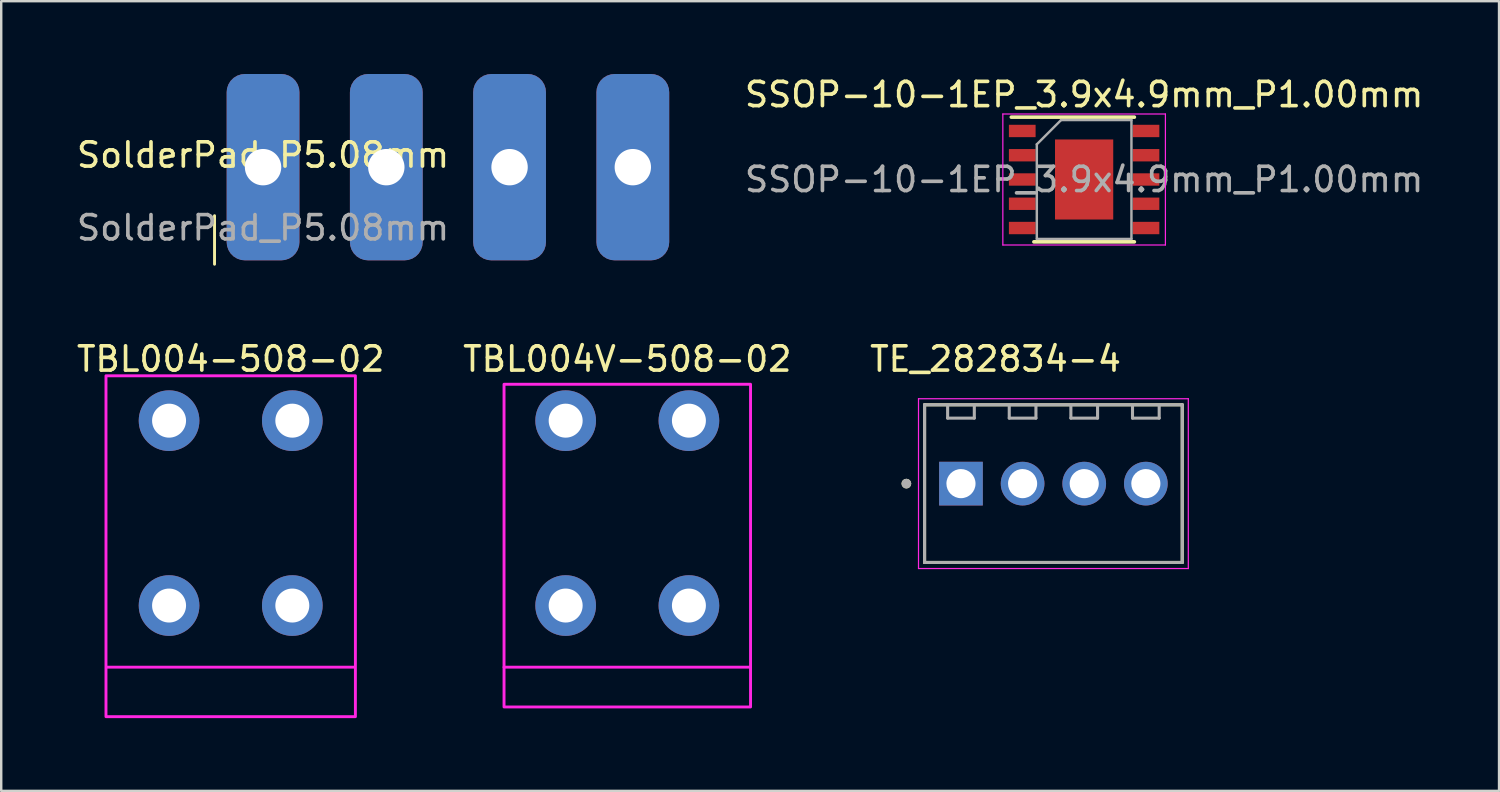
<source format=kicad_pcb>
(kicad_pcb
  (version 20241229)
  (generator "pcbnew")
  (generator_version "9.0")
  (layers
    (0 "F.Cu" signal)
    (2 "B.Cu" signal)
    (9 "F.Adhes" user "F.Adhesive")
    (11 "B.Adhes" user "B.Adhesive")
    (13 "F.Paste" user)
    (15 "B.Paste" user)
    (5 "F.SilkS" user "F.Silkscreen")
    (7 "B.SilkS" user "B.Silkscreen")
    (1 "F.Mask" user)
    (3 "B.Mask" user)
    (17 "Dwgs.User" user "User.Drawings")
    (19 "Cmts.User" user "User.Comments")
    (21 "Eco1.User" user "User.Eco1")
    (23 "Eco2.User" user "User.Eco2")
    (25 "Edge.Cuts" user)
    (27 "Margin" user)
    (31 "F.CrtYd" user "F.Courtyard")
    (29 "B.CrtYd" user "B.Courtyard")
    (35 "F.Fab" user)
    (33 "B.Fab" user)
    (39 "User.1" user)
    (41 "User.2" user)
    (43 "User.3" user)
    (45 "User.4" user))
  (footprint "SolderPad_P5.08mm"
    (layer "F.Cu")
    (at 7.792 3.84)
    (property "Reference" "SolderPad_P5.08mm" (at 0 -0.5 0) (unlocked yes) (layer "F.SilkS") (effects (font (size 1 1) (thickness 0.15))))
    (attr through_hole)
    (fp_line (start -2 2) (end -2 4) (stroke (width 0.12) (type default)) (layer "F.SilkS"))
    (fp_text user "${REFERENCE}" (at 0 2.5 0) (unlocked yes) (layer "F.Fab") (effects (font (size 1 1) (thickness 0.15))))
    (pad "1" thru_hole roundrect (at 0 0) (size 3 7.68) (drill 1.5) (layers "*.Cu" "*.Mask") (roundrect_rratio 0.25))
    (pad "2" thru_hole roundrect (at 5.08 0) (size 3 7.68) (drill 1.5) (layers "*.Cu" "*.Mask") (roundrect_rratio 0.25))
    (pad "3" thru_hole roundrect (at 10.16 0) (size 3 7.68) (drill 1.5) (layers "*.Cu" "*.Mask") (roundrect_rratio 0.25))
    (pad "4" thru_hole roundrect (at 15.24 0) (size 3 7.68) (drill 1.5) (layers "*.Cu" "*.Mask") (roundrect_rratio 0.25)))
  (footprint "TBL004-508-02"
    (layer "F.Cu")
    (at 3.918 14.288)
    (property "Reference" "TBL004-508-02" (at 2.54 -2.54 0) (unlocked yes) (layer "F.SilkS") (effects (font (size 1 1) (thickness 0.15))))
    (attr through_hole)
    (fp_line (start -2.54 10.16) (end 7.62 10.16) (stroke (width 0.12) (type solid)) (layer "F.CrtYd"))
    (fp_rect (start -2.6 -1.85) (end 7.68 12.2) (stroke (width 0.12) (type solid)) (fill no) (layer "F.CrtYd"))
    (pad "1" thru_hole circle (at 0 0) (size 2.5 2.5) (drill 1.4) (layers "*.Cu" "*.Mask"))
    (pad "1" thru_hole circle (at 0 7.62) (size 2.5 2.5) (drill 1.4) (layers "*.Cu" "*.Mask"))
    (pad "2" thru_hole circle (at 5.08 0) (size 2.5 2.5) (drill 1.4) (layers "*.Cu" "*.Mask"))
    (pad "2" thru_hole circle (at 5.08 7.62) (size 2.5 2.5) (drill 1.4) (layers "*.Cu" "*.Mask")))
  (footprint "TE_282834-4"
    (layer "F.Cu")
    (at 40.367 16.883)
    (property "Reference" "TE_282834-4" (at -2.385 -5.135 0) (layer "F.SilkS") (effects (font (size 1 1) (thickness 0.15))))
    (attr through_hole)
    (fp_line (start -5.31 -3.25) (end 5.31 -3.25) (stroke (width 0.127) (type solid)) (layer "F.SilkS"))
    (fp_line (start -5.31 3.25) (end -5.31 -3.25) (stroke (width 0.127) (type solid)) (layer "F.SilkS"))
    (fp_line (start 5.31 -3.25) (end 5.31 3.25) (stroke (width 0.127) (type solid)) (layer "F.SilkS"))
    (fp_line (start 5.31 3.25) (end -5.31 3.25) (stroke (width 0.127) (type solid)) (layer "F.SilkS"))
    (fp_circle (center -6.06 0) (end -5.96 0) (stroke (width 0.2) (type solid)) (fill no) (layer "F.SilkS"))
    (fp_line (start -5.56 -3.5) (end -5.56 3.5) (stroke (width 0.05) (type solid)) (layer "F.CrtYd"))
    (fp_line (start -5.56 3.5) (end 5.56 3.5) (stroke (width 0.05) (type solid)) (layer "F.CrtYd"))
    (fp_line (start 5.56 -3.5) (end -5.56 -3.5) (stroke (width 0.05) (type solid)) (layer "F.CrtYd"))
    (fp_line (start 5.56 3.5) (end 5.56 -3.5) (stroke (width 0.05) (type solid)) (layer "F.CrtYd"))
    (fp_line (start -5.31 -3.25) (end 5.31 -3.25) (stroke (width 0.127) (type solid)) (layer "F.Fab"))
    (fp_line (start -5.31 3.25) (end -5.31 -3.25) (stroke (width 0.127) (type solid)) (layer "F.Fab"))
    (fp_line (start -4.36 -2.7) (end -4.36 -3.2) (stroke (width 0.127) (type solid)) (layer "F.Fab"))
    (fp_line (start -4.36 -2.7) (end -3.26 -2.7) (stroke (width 0.127) (type solid)) (layer "F.Fab"))
    (fp_line (start -3.26 -2.7) (end -3.26 -3.2) (stroke (width 0.127) (type solid)) (layer "F.Fab"))
    (fp_line (start -1.82 -2.7) (end -1.82 -3.2) (stroke (width 0.127) (type solid)) (layer "F.Fab"))
    (fp_line (start -1.82 -2.7) (end -0.72 -2.7) (stroke (width 0.127) (type solid)) (layer "F.Fab"))
    (fp_line (start -0.72 -2.7) (end -0.72 -3.2) (stroke (width 0.127) (type solid)) (layer "F.Fab"))
    (fp_line (start 0.72 -2.7) (end 0.72 -3.2) (stroke (width 0.127) (type solid)) (layer "F.Fab"))
    (fp_line (start 0.72 -2.7) (end 1.82 -2.7) (stroke (width 0.127) (type solid)) (layer "F.Fab"))
    (fp_line (start 1.82 -2.7) (end 1.82 -3.2) (stroke (width 0.127) (type solid)) (layer "F.Fab"))
    (fp_line (start 3.26 -2.7) (end 3.26 -3.2) (stroke (width 0.127) (type solid)) (layer "F.Fab"))
    (fp_line (start 3.26 -2.7) (end 4.36 -2.7) (stroke (width 0.127) (type solid)) (layer "F.Fab"))
    (fp_line (start 4.36 -2.7) (end 4.36 -3.2) (stroke (width 0.127) (type solid)) (layer "F.Fab"))
    (fp_line (start 5.31 -3.25) (end 5.31 3.25) (stroke (width 0.127) (type solid)) (layer "F.Fab"))
    (fp_line (start 5.31 3.25) (end -5.31 3.25) (stroke (width 0.127) (type solid)) (layer "F.Fab"))
    (fp_circle (center -6.06 0) (end -5.96 0) (stroke (width 0.2) (type solid)) (fill no) (layer "F.Fab"))
    (pad "1" thru_hole rect (at -3.81 0) (size 1.8 1.8) (drill 1.2) (layers "*.Cu" "*.Mask"))
    (pad "2" thru_hole circle (at -1.27 0) (size 1.8 1.8) (drill 1.2) (layers "*.Cu" "*.Mask"))
    (pad "3" thru_hole circle (at 1.27 0) (size 1.8 1.8) (drill 1.2) (layers "*.Cu" "*.Mask"))
    (pad "4" thru_hole circle (at 3.81 0) (size 1.8 1.8) (drill 1.2) (layers "*.Cu" "*.Mask")))
  (footprint "SSOP-10-1EP_3.9x4.9mm_P1.00mm"
    (layer "F.Cu")
    (at 41.633 4.348)
    (property "Reference" "SSOP-10-1EP_3.9x4.9mm_P1.00mm" (at 0 -3.5 0) (layer "F.SilkS") (effects (font (size 1 1) (thickness 0.15))))
    (attr smd)
    (fp_line (start -3 -2.57) (end 2.07 -2.57) (stroke (width 0.15) (type solid)) (layer "F.SilkS"))
    (fp_line (start -2.07 2.57) (end 2.07 2.57) (stroke (width 0.15) (type solid)) (layer "F.SilkS"))
    (fp_line (start -3.35 -2.7) (end -3.35 2.7) (stroke (width 0.05) (type solid)) (layer "F.CrtYd"))
    (fp_line (start -3.35 -2.7) (end 3.35 -2.7) (stroke (width 0.05) (type solid)) (layer "F.CrtYd"))
    (fp_line (start -3.35 2.7) (end 3.35 2.7) (stroke (width 0.05) (type solid)) (layer "F.CrtYd"))
    (fp_line (start 3.35 -2.7) (end 3.35 2.7) (stroke (width 0.05) (type solid)) (layer "F.CrtYd"))
    (fp_line (start -1.95 -1.45) (end -0.95 -2.45) (stroke (width 0.1) (type solid)) (layer "F.Fab"))
    (fp_line (start -1.95 2.45) (end -1.95 -1.45) (stroke (width 0.1) (type solid)) (layer "F.Fab"))
    (fp_line (start -0.95 -2.45) (end 1.95 -2.45) (stroke (width 0.1) (type solid)) (layer "F.Fab"))
    (fp_line (start 1.95 -2.45) (end 1.95 2.45) (stroke (width 0.1) (type solid)) (layer "F.Fab"))
    (fp_line (start 1.95 2.45) (end -1.95 2.45) (stroke (width 0.1) (type solid)) (layer "F.Fab"))
    (fp_text user "${REFERENCE}" (at 0 0 0) (layer "F.Fab") (effects (font (size 1 1) (thickness 0.15))))
    (pad "0" smd rect (at 0 0) (size 2.4 3.3) (layers "F.Cu" "F.Mask" "F.Paste"))
    (pad "1" smd rect (at -2.55 -2) (size 1.1 0.51) (layers "F.Cu" "F.Mask" "F.Paste"))
    (pad "2" smd rect (at -2.55 -1) (size 1.1 0.51) (layers "F.Cu" "F.Mask" "F.Paste"))
    (pad "3" smd rect (at -2.55 0) (size 1.1 0.51) (layers "F.Cu" "F.Mask" "F.Paste"))
    (pad "4" smd rect (at -2.55 1) (size 1.1 0.51) (layers "F.Cu" "F.Mask" "F.Paste"))
    (pad "5" smd rect (at -2.55 2) (size 1.1 0.51) (layers "F.Cu" "F.Mask" "F.Paste"))
    (pad "6" smd rect (at 2.55 2) (size 1.1 0.51) (layers "F.Cu" "F.Mask" "F.Paste"))
    (pad "7" smd rect (at 2.55 1) (size 1.1 0.51) (layers "F.Cu" "F.Mask" "F.Paste"))
    (pad "8" smd rect (at 2.55 0) (size 1.1 0.51) (layers "F.Cu" "F.Mask" "F.Paste"))
    (pad "9" smd rect (at 2.55 -1) (size 1.1 0.51) (layers "F.Cu" "F.Mask" "F.Paste"))
    (pad "10" smd rect (at 2.55 -2) (size 1.1 0.51) (layers "F.Cu" "F.Mask" "F.Paste")))
  (footprint "TBL004V-508-02"
    (layer "F.Cu")
    (at 20.264 14.288)
    (property "Reference" "TBL004V-508-02" (at 2.54 -2.54 0) (unlocked yes) (layer "F.SilkS") (effects (font (size 1 1) (thickness 0.15))))
    (attr through_hole)
    (fp_line (start -2.54 10.16) (end 7.62 10.16) (stroke (width 0.12) (type solid)) (layer "F.CrtYd"))
    (fp_rect (start -2.54 -1.5) (end 7.62 11.8) (stroke (width 0.12) (type solid)) (fill no) (layer "F.CrtYd"))
    (pad "1" thru_hole circle (at 0 0) (size 2.5 2.5) (drill 1.4) (layers "*.Cu" "*.Mask"))
    (pad "1" thru_hole circle (at 0 7.62) (size 2.5 2.5) (drill 1.4) (layers "*.Cu" "*.Mask"))
    (pad "2" thru_hole circle (at 5.08 0) (size 2.5 2.5) (drill 1.4) (layers "*.Cu" "*.Mask"))
    (pad "2" thru_hole circle (at 5.08 7.62) (size 2.5 2.5) (drill 1.4) (layers "*.Cu" "*.Mask")))
  (gr_rect
    (start -3 -3)
    (end 58.734 29.548)
    (stroke (width 0.1) (type default))
    (fill no)
    (layer "Edge.Cuts")))
</source>
